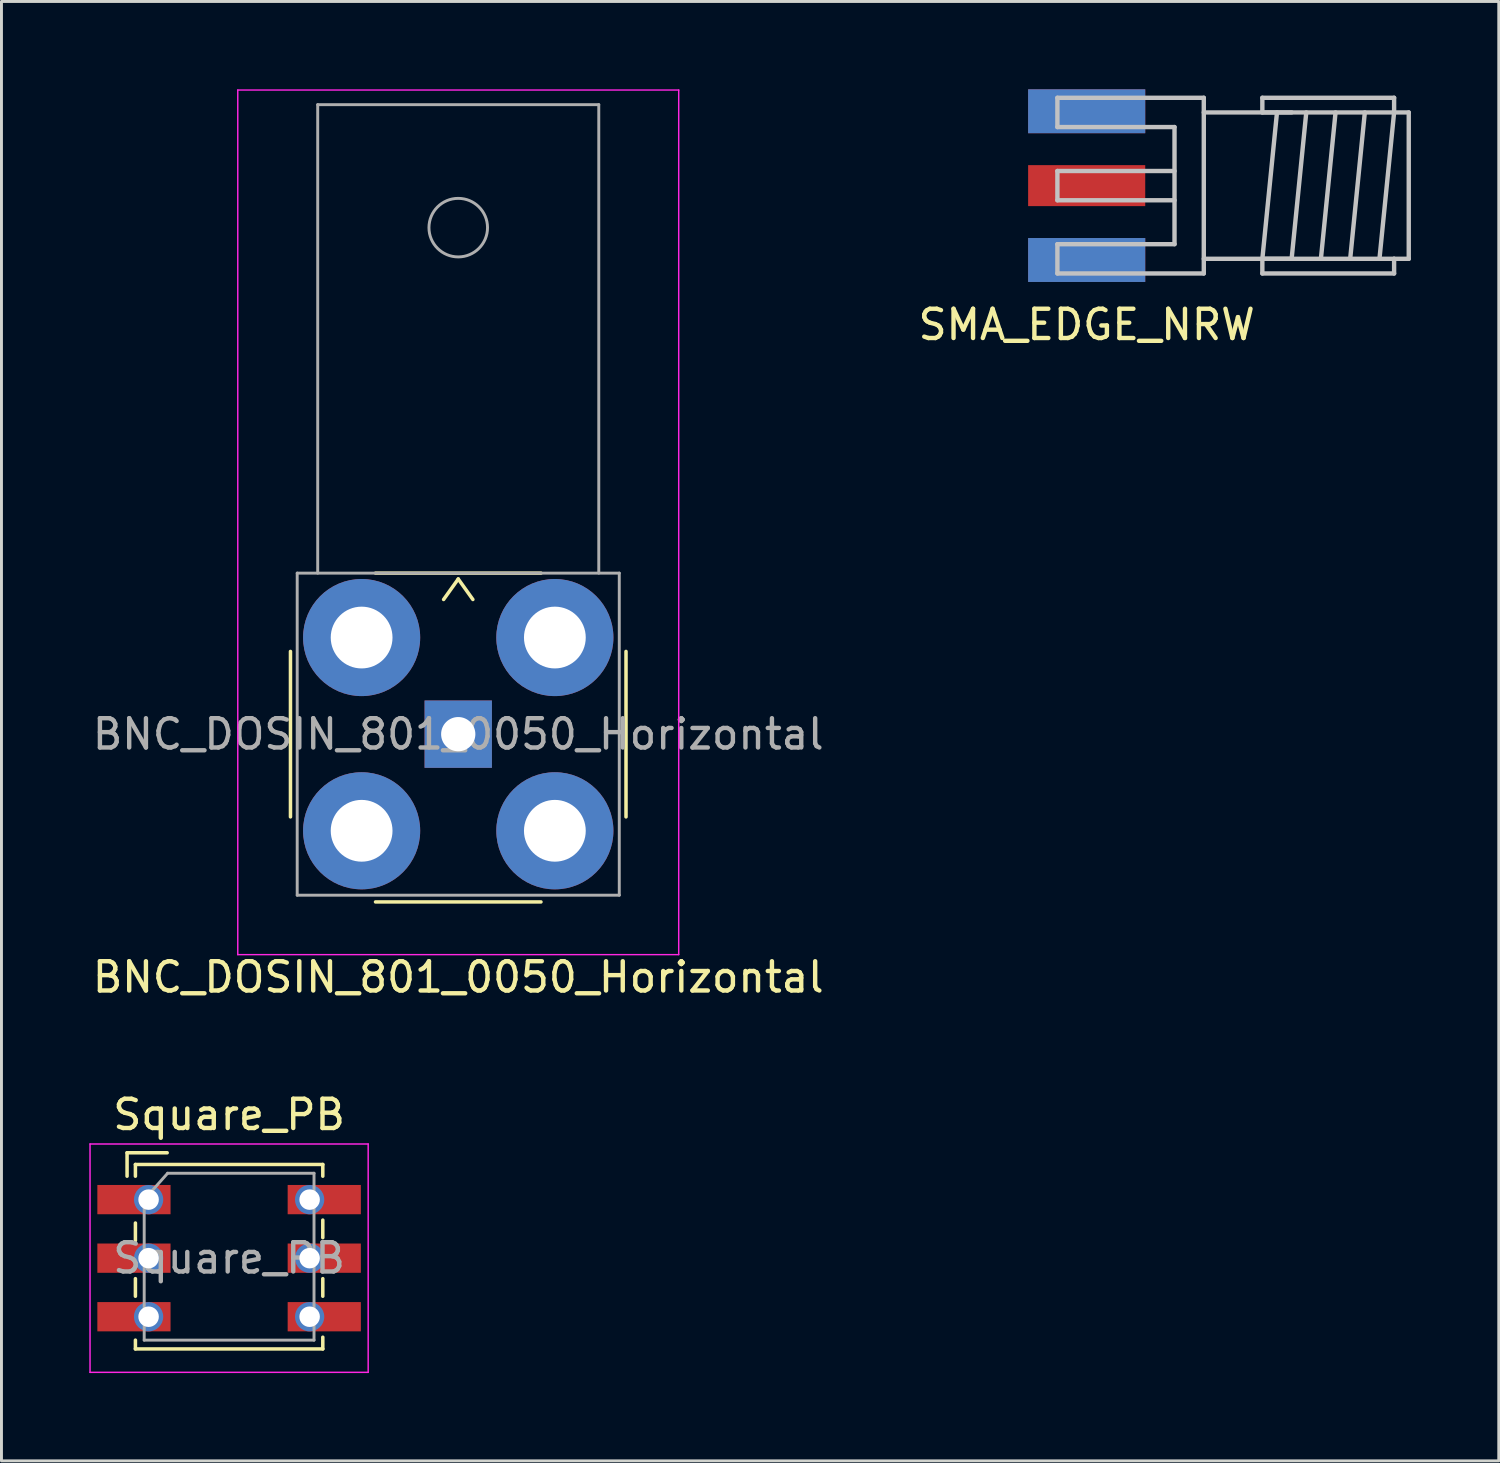
<source format=kicad_pcb>
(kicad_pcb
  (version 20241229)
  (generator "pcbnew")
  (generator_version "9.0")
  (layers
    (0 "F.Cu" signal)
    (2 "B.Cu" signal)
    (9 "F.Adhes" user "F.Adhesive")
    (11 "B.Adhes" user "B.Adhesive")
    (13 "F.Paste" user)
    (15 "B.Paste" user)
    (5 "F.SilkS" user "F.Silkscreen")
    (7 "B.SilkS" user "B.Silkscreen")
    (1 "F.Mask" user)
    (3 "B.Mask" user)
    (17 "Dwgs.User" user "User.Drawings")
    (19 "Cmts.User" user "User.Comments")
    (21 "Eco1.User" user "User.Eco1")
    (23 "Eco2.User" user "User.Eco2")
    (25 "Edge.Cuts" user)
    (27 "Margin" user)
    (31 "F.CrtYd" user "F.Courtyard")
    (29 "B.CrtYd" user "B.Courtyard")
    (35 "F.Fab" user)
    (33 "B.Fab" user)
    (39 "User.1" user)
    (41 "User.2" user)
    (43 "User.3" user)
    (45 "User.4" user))
  (footprint "SMA_EDGE_NRW"
    (layer "F.Cu")
    (at 34.065 3.29)
    (property "Reference" "SMA_EDGE_NRW" (at 0 4.75 180) (layer "F.SilkS") (effects (font (size 1 1) (thickness 0.15))))
    (attr through_hole)
    (fp_line (start -1 -3) (end -1 -2) (stroke (width 0.15) (type solid)) (layer "Dwgs.User"))
    (fp_line (start -1 -3) (end 4 -3) (stroke (width 0.15) (type solid)) (layer "Dwgs.User"))
    (fp_line (start -1 -2) (end 3 -2) (stroke (width 0.15) (type solid)) (layer "Dwgs.User"))
    (fp_line (start -1 -0.5) (end -1 0.5) (stroke (width 0.15) (type solid)) (layer "Dwgs.User"))
    (fp_line (start -1 0.5) (end 3 0.5) (stroke (width 0.15) (type solid)) (layer "Dwgs.User"))
    (fp_line (start -1 2) (end -1 3) (stroke (width 0.15) (type solid)) (layer "Dwgs.User"))
    (fp_line (start -1 3) (end 4 3) (stroke (width 0.15) (type solid)) (layer "Dwgs.User"))
    (fp_line (start 3 -2) (end 3 2) (stroke (width 0.15) (type solid)) (layer "Dwgs.User"))
    (fp_line (start 3 -0.5) (end -1 -0.5) (stroke (width 0.15) (type solid)) (layer "Dwgs.User"))
    (fp_line (start 3 2) (end -1 2) (stroke (width 0.15) (type solid)) (layer "Dwgs.User"))
    (fp_line (start 4 3) (end 4 -3) (stroke (width 0.15) (type solid)) (layer "Dwgs.User"))
    (fp_line (start 6 -3) (end 6 -2.5) (stroke (width 0.15) (type solid)) (layer "Dwgs.User"))
    (fp_line (start 6 -2.5) (end 10.5 -2.5) (stroke (width 0.15) (type solid)) (layer "Dwgs.User"))
    (fp_line (start 6 2.5) (end 10.5 2.5) (stroke (width 0.15) (type solid)) (layer "Dwgs.User"))
    (fp_line (start 6 3) (end 6 2.5) (stroke (width 0.15) (type solid)) (layer "Dwgs.User"))
    (fp_line (start 6 3) (end 10.5 3) (stroke (width 0.15) (type solid)) (layer "Dwgs.User"))
    (fp_line (start 6.5 -2.5) (end 6 2.5) (stroke (width 0.15) (type solid)) (layer "Dwgs.User"))
    (fp_line (start 7 -2.5) (end 4 -2.5) (stroke (width 0.15) (type solid)) (layer "Dwgs.User"))
    (fp_line (start 7 2.5) (end 4 2.5) (stroke (width 0.15) (type solid)) (layer "Dwgs.User"))
    (fp_line (start 7.5 -2.5) (end 7 2.5) (stroke (width 0.15) (type solid)) (layer "Dwgs.User"))
    (fp_line (start 8.5 -2.5) (end 8 2.5) (stroke (width 0.15) (type solid)) (layer "Dwgs.User"))
    (fp_line (start 9.5 -2.5) (end 9 2.5) (stroke (width 0.15) (type solid)) (layer "Dwgs.User"))
    (fp_line (start 10.5 -3) (end 6 -3) (stroke (width 0.15) (type solid)) (layer "Dwgs.User"))
    (fp_line (start 10.5 -2.5) (end 10 2.5) (stroke (width 0.15) (type solid)) (layer "Dwgs.User"))
    (fp_line (start 10.5 -2.5) (end 10.5 -3) (stroke (width 0.15) (type solid)) (layer "Dwgs.User"))
    (fp_line (start 10.5 2.5) (end 10.5 3) (stroke (width 0.15) (type solid)) (layer "Dwgs.User"))
    (fp_line (start 11 -2.5) (end 10.5 -2.5) (stroke (width 0.15) (type solid)) (layer "Dwgs.User"))
    (fp_line (start 11 -2.5) (end 11 2.5) (stroke (width 0.15) (type solid)) (layer "Dwgs.User"))
    (fp_line (start 11 2.5) (end 10.5 2.5) (stroke (width 0.15) (type solid)) (layer "Dwgs.User"))
    (pad "1" smd rect (at 0 0) (size 4 1.4) (layers "F.Cu" "F.Mask" "F.Paste"))
    (pad "2" smd rect (at 0 -2.54) (size 4 1.5) (layers "F.Cu" "F.Mask" "F.Paste"))
    (pad "2" smd rect (at 0 -2.54) (size 4 1.5) (layers "B.Cu" "B.Mask" "B.Paste"))
    (pad "2" smd rect (at 0 2.54) (size 4 1.5) (layers "F.Cu" "F.Mask" "F.Paste"))
    (pad "2" smd rect (at 0 2.54) (size 4 1.5) (layers "B.Cu" "B.Mask" "B.Paste")))
  (footprint "Square_PB"
    (layer "F.Cu")
    (at 4.775 39.922)
    (property "Reference" "Square_PB" (at 0 -4.9 0) (layer "F.SilkS") (effects (font (size 1 1) (thickness 0.15))))
    (attr smd)
    (fp_line (start -3.485 -3.6) (end -2.115 -3.6) (stroke (width 0.12) (type solid)) (layer "F.SilkS"))
    (fp_line (start -3.485 -2.8) (end -3.485 -3.6) (stroke (width 0.12) (type solid)) (layer "F.SilkS"))
    (fp_line (start -3.2 -3.2) (end 3.2 -3.2) (stroke (width 0.12) (type solid)) (layer "F.SilkS"))
    (fp_line (start -3.2 -2.8) (end -3.2 -3.2) (stroke (width 0.12) (type solid)) (layer "F.SilkS"))
    (fp_line (start -3.2 -1.2) (end -3.2 -0.6) (stroke (width 0.12) (type solid)) (layer "F.SilkS"))
    (fp_line (start -3.2 0.7) (end -3.2 1.3) (stroke (width 0.12) (type solid)) (layer "F.SilkS"))
    (fp_line (start -3.2 2.8) (end -3.2 3.1) (stroke (width 0.12) (type solid)) (layer "F.SilkS"))
    (fp_line (start -3.2 3.1) (end 3.2 3.1) (stroke (width 0.12) (type solid)) (layer "F.SilkS"))
    (fp_line (start 3.2 -3.2) (end 3.2 -2.8) (stroke (width 0.12) (type solid)) (layer "F.SilkS"))
    (fp_line (start 3.2 -1.3) (end 3.2 -0.7) (stroke (width 0.12) (type solid)) (layer "F.SilkS"))
    (fp_line (start 3.2 0.7) (end 3.2 1.3) (stroke (width 0.12) (type solid)) (layer "F.SilkS"))
    (fp_line (start 3.2 2.7) (end 3.2 3.1) (stroke (width 0.12) (type solid)) (layer "F.SilkS"))
    (fp_line (start -4.75 -3.9) (end -4.75 3.9) (stroke (width 0.05) (type solid)) (layer "F.CrtYd"))
    (fp_line (start -4.75 3.9) (end 4.75 3.9) (stroke (width 0.05) (type solid)) (layer "F.CrtYd"))
    (fp_line (start 4.75 -3.9) (end -4.75 -3.9) (stroke (width 0.05) (type solid)) (layer "F.CrtYd"))
    (fp_line (start 4.75 3.9) (end 4.75 -3.9) (stroke (width 0.05) (type solid)) (layer "F.CrtYd"))
    (fp_line (start -2.9 -2) (end -2.1 -2.9) (stroke (width 0.1) (type solid)) (layer "F.Fab"))
    (fp_line (start -2.9 2.8) (end -2.9 -2) (stroke (width 0.1) (type solid)) (layer "F.Fab"))
    (fp_line (start -2.1 -2.9) (end 2.9 -2.9) (stroke (width 0.1) (type solid)) (layer "F.Fab"))
    (fp_line (start 2.9 -2.9) (end 2.9 2.8) (stroke (width 0.1) (type solid)) (layer "F.Fab"))
    (fp_line (start 2.9 2.8) (end -2.9 2.8) (stroke (width 0.1) (type solid)) (layer "F.Fab"))
    (fp_text user "${REFERENCE}" (at 0 0 0) (layer "F.Fab") (effects (font (size 1 1) (thickness 0.15))))
    (pad "1" smd rect (at -3.25 -2) (size 2.5 1) (layers "F.Cu" "F.Mask" "F.Paste"))
    (pad "1" thru_hole circle (at -2.75 -2) (size 1 1) (drill 0.7) (layers "*.Cu" "*.Mask"))
    (pad "2" smd rect (at -3.25 0) (size 2.5 1) (layers "F.Cu" "F.Mask" "F.Paste"))
    (pad "2" thru_hole circle (at -2.75 0) (size 1 1) (drill 0.7) (layers "*.Cu" "*.Mask"))
    (pad "3" smd rect (at -3.25 2) (size 2.5 1) (layers "F.Cu" "F.Mask" "F.Paste"))
    (pad "3" thru_hole circle (at -2.75 2) (size 1 1) (drill 0.7) (layers "*.Cu" "*.Mask"))
    (pad "4" thru_hole circle (at 2.75 2) (size 1 1) (drill 0.7) (layers "*.Cu" "*.Mask"))
    (pad "4" smd rect (at 3.25 2) (size 2.5 1) (layers "F.Cu" "F.Mask" "F.Paste"))
    (pad "5" thru_hole circle (at 2.75 0) (size 1 1) (drill 0.7) (layers "*.Cu" "*.Mask"))
    (pad "5" smd rect (at 3.25 0) (size 2.5 1) (layers "F.Cu" "F.Mask" "F.Paste"))
    (pad "6" thru_hole circle (at 2.75 -2) (size 1 1) (drill 0.7) (layers "*.Cu" "*.Mask"))
    (pad "6" smd rect (at 3.25 -2) (size 2.5 1) (layers "F.Cu" "F.Mask" "F.Paste")))
  (footprint "BNC_DOSIN_801_0050_Horizontal"
    (layer "F.Cu")
    (at 12.601 22.025)
    (property "Reference" "BNC_DOSIN_801_0050_Horizontal" (at 0 8.3 0) (layer "F.SilkS") (effects (font (size 1 1) (thickness 0.15))))
    (attr through_hole)
    (fp_line (start -5.73 -2.825) (end -5.73 2.825) (stroke (width 0.12) (type solid)) (layer "F.SilkS"))
    (fp_line (start -2.825 5.73) (end 2.825 5.73) (stroke (width 0.12) (type solid)) (layer "F.SilkS"))
    (fp_line (start 0 -5.3) (end -0.5 -4.6) (stroke (width 0.12) (type solid)) (layer "F.SilkS"))
    (fp_line (start 0 -5.3) (end 0.5 -4.6) (stroke (width 0.12) (type solid)) (layer "F.SilkS"))
    (fp_line (start 2.825 -5.5) (end -2.825 -5.5) (stroke (width 0.12) (type solid)) (layer "F.SilkS"))
    (fp_line (start 5.73 2.825) (end 5.73 -2.825) (stroke (width 0.12) (type solid)) (layer "F.SilkS"))
    (fp_line (start -7.53 -22) (end 7.53 -22) (stroke (width 0.05) (type solid)) (layer "F.CrtYd"))
    (fp_line (start -7.53 7.53) (end -7.53 -22) (stroke (width 0.05) (type solid)) (layer "F.CrtYd"))
    (fp_line (start 7.53 -22) (end 7.53 7.53) (stroke (width 0.05) (type solid)) (layer "F.CrtYd"))
    (fp_line (start 7.53 7.53) (end -7.53 7.53) (stroke (width 0.05) (type solid)) (layer "F.CrtYd"))
    (fp_line (start -5.5 -5.5) (end 5.5 -5.5) (stroke (width 0.1) (type solid)) (layer "F.Fab"))
    (fp_line (start -5.5 5.5) (end -5.5 -5.5) (stroke (width 0.1) (type solid)) (layer "F.Fab"))
    (fp_line (start -4.8 -5.5) (end -4.8 -21.5) (stroke (width 0.1) (type solid)) (layer "F.Fab"))
    (fp_line (start 4.8 -21.5) (end -4.8 -21.5) (stroke (width 0.1) (type solid)) (layer "F.Fab"))
    (fp_line (start 4.8 -5.5) (end 4.8 -21.5) (stroke (width 0.1) (type solid)) (layer "F.Fab"))
    (fp_line (start 5.5 -5.5) (end 5.5 5.5) (stroke (width 0.1) (type solid)) (layer "F.Fab"))
    (fp_line (start 5.5 5.5) (end -5.5 5.5) (stroke (width 0.1) (type solid)) (layer "F.Fab"))
    (fp_circle (center 0 -17.3) (end 1 -17.3) (stroke (width 0.1) (type solid)) (fill no) (layer "F.Fab"))
    (fp_text user "${REFERENCE}" (at 0 0 0) (layer "F.Fab") (effects (font (size 1 1) (thickness 0.15))))
    (pad "1" thru_hole rect (at 0 0) (size 2.3 2.3) (drill 1.17) (layers "*.Cu" "*.Mask"))
    (pad "2" thru_hole circle (at -3.3 -3.3) (size 4 4) (drill 2.11) (layers "*.Cu" "*.Mask"))
    (pad "2" thru_hole circle (at -3.3 3.3) (size 4 4) (drill 2.11) (layers "*.Cu" "*.Mask"))
    (pad "2" thru_hole circle (at 3.3 -3.3) (size 4 4) (drill 2.11) (layers "*.Cu" "*.Mask"))
    (pad "2" thru_hole circle (at 3.3 3.3) (size 4 4) (drill 2.11) (layers "*.Cu" "*.Mask")))
  (gr_rect
    (start -3 -3)
    (end 48.14 46.846)
    (stroke (width 0.1) (type default))
    (fill no)
    (layer "Edge.Cuts")))
</source>
